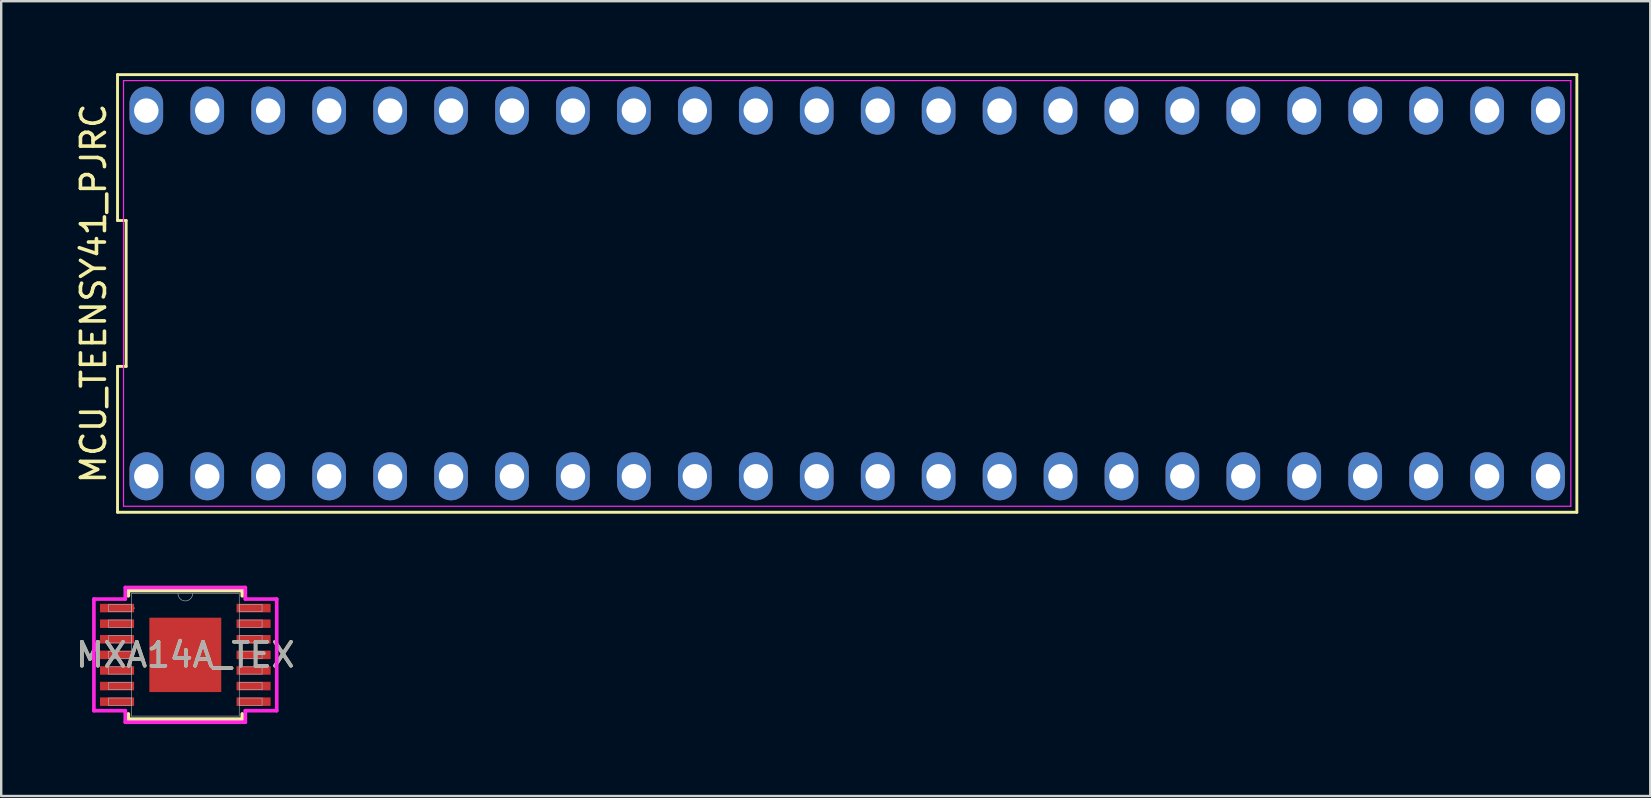
<source format=kicad_pcb>
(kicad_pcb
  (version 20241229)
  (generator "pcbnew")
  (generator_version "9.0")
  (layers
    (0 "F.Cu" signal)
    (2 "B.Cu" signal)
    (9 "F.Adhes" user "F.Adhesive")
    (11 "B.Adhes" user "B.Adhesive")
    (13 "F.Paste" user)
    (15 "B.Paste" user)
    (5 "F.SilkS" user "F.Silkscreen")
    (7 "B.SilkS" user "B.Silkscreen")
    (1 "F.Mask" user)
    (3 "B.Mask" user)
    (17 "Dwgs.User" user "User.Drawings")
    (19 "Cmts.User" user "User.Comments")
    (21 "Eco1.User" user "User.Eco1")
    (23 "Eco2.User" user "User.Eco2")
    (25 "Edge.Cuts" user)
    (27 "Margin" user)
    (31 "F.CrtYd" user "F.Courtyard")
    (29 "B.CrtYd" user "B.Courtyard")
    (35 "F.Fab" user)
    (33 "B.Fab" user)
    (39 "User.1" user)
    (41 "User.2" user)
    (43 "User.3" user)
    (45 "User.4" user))
  (footprint "MCU_TEENSY41_PJRC"
    (layer "F.Cu")
    (at 32.258 9.18)
    (property "Reference" "MCU_TEENSY41_PJRC" (at -31.41 0 90) (layer "F.SilkS") (effects (font (size 1 1) (thickness 0.15))))
    (fp_line (start -30.41 -9.12) (end -30.41 -3.04) (stroke (width 0.12) (type solid)) (layer "F.SilkS"))
    (fp_line (start -30.41 -3.04) (end -30.05 -3.04) (stroke (width 0.12) (type solid)) (layer "F.SilkS"))
    (fp_line (start -30.41 3.04) (end -30.41 9.12) (stroke (width 0.12) (type solid)) (layer "F.SilkS"))
    (fp_line (start -30.41 9.12) (end 30.41 9.12) (stroke (width 0.12) (type solid)) (layer "F.SilkS"))
    (fp_line (start -30.05 -3.04) (end -30.05 3.04) (stroke (width 0.12) (type solid)) (layer "F.SilkS"))
    (fp_line (start -30.05 3.04) (end -30.41 3.04) (stroke (width 0.12) (type solid)) (layer "F.SilkS"))
    (fp_line (start 30.41 -9.12) (end -30.41 -9.12) (stroke (width 0.12) (type solid)) (layer "F.SilkS"))
    (fp_line (start 30.41 9.12) (end 30.41 -9.12) (stroke (width 0.12) (type solid)) (layer "F.SilkS"))
    (fp_line (start -30.16 -8.87) (end 30.16 -8.87) (stroke (width 0.05) (type solid)) (layer "F.CrtYd"))
    (fp_line (start -30.16 8.87) (end -30.16 -8.87) (stroke (width 0.05) (type solid)) (layer "F.CrtYd"))
    (fp_line (start 30.16 -8.87) (end 30.16 8.87) (stroke (width 0.05) (type solid)) (layer "F.CrtYd"))
    (fp_line (start 30.16 8.87) (end -30.16 8.87) (stroke (width 0.05) (type solid)) (layer "F.CrtYd"))
    (pad "1" thru_hole oval (at -29.21 7.62) (size 1.4 2) (drill 1.02) (layers "*.Cu" "*.Mask"))
    (pad "2" thru_hole oval (at -26.67 7.62) (size 1.4 2) (drill 1.02) (layers "*.Cu" "*.Mask"))
    (pad "3" thru_hole oval (at -24.13 7.62) (size 1.4 2) (drill 1.02) (layers "*.Cu" "*.Mask"))
    (pad "4" thru_hole oval (at -21.59 7.62) (size 1.4 2) (drill 1.02) (layers "*.Cu" "*.Mask"))
    (pad "5" thru_hole oval (at -19.05 7.62) (size 1.4 2) (drill 1.02) (layers "*.Cu" "*.Mask"))
    (pad "6" thru_hole oval (at -16.51 7.62) (size 1.4 2) (drill 1.02) (layers "*.Cu" "*.Mask"))
    (pad "7" thru_hole oval (at -13.97 7.62) (size 1.4 2) (drill 1.02) (layers "*.Cu" "*.Mask"))
    (pad "8" thru_hole oval (at -11.43 7.62) (size 1.4 2) (drill 1.02) (layers "*.Cu" "*.Mask"))
    (pad "9" thru_hole oval (at -8.89 7.62) (size 1.4 2) (drill 1.02) (layers "*.Cu" "*.Mask"))
    (pad "10" thru_hole oval (at -6.35 7.62) (size 1.4 2) (drill 1.02) (layers "*.Cu" "*.Mask"))
    (pad "11" thru_hole oval (at -3.81 7.62) (size 1.4 2) (drill 1.02) (layers "*.Cu" "*.Mask"))
    (pad "12" thru_hole oval (at -1.27 7.62) (size 1.4 2) (drill 1.02) (layers "*.Cu" "*.Mask"))
    (pad "13" thru_hole oval (at 1.27 7.62) (size 1.4 2) (drill 1.02) (layers "*.Cu" "*.Mask"))
    (pad "14" thru_hole oval (at 3.81 7.62) (size 1.4 2) (drill 1.02) (layers "*.Cu" "*.Mask"))
    (pad "15" thru_hole oval (at 6.35 7.62) (size 1.4 2) (drill 1.02) (layers "*.Cu" "*.Mask"))
    (pad "16" thru_hole oval (at 8.89 7.62) (size 1.4 2) (drill 1.02) (layers "*.Cu" "*.Mask"))
    (pad "17" thru_hole oval (at 11.43 7.62) (size 1.4 2) (drill 1.02) (layers "*.Cu" "*.Mask"))
    (pad "18" thru_hole oval (at 13.97 7.62) (size 1.4 2) (drill 1.02) (layers "*.Cu" "*.Mask"))
    (pad "19" thru_hole oval (at 16.51 7.62) (size 1.4 2) (drill 1.02) (layers "*.Cu" "*.Mask"))
    (pad "20" thru_hole oval (at 19.05 7.62) (size 1.4 2) (drill 1.02) (layers "*.Cu" "*.Mask"))
    (pad "21" thru_hole oval (at 21.59 7.62) (size 1.4 2) (drill 1.02) (layers "*.Cu" "*.Mask"))
    (pad "22" thru_hole oval (at 24.13 7.62) (size 1.4 2) (drill 1.02) (layers "*.Cu" "*.Mask"))
    (pad "23" thru_hole oval (at 26.67 7.62) (size 1.4 2) (drill 1.02) (layers "*.Cu" "*.Mask"))
    (pad "24" thru_hole oval (at 29.21 7.62) (size 1.4 2) (drill 1.02) (layers "*.Cu" "*.Mask"))
    (pad "25" thru_hole oval (at 29.21 -7.62) (size 1.4 2) (drill 1.02) (layers "*.Cu" "*.Mask"))
    (pad "26" thru_hole oval (at 26.67 -7.62) (size 1.4 2) (drill 1.02) (layers "*.Cu" "*.Mask"))
    (pad "27" thru_hole oval (at 24.13 -7.62) (size 1.4 2) (drill 1.02) (layers "*.Cu" "*.Mask"))
    (pad "28" thru_hole oval (at 21.59 -7.62) (size 1.4 2) (drill 1.02) (layers "*.Cu" "*.Mask"))
    (pad "29" thru_hole oval (at 19.05 -7.62) (size 1.4 2) (drill 1.02) (layers "*.Cu" "*.Mask"))
    (pad "30" thru_hole oval (at 16.51 -7.62) (size 1.4 2) (drill 1.02) (layers "*.Cu" "*.Mask"))
    (pad "31" thru_hole oval (at 13.97 -7.62) (size 1.4 2) (drill 1.02) (layers "*.Cu" "*.Mask"))
    (pad "32" thru_hole oval (at 11.43 -7.62) (size 1.4 2) (drill 1.02) (layers "*.Cu" "*.Mask"))
    (pad "33" thru_hole oval (at 8.89 -7.62) (size 1.4 2) (drill 1.02) (layers "*.Cu" "*.Mask"))
    (pad "34" thru_hole oval (at 6.35 -7.62) (size 1.4 2) (drill 1.02) (layers "*.Cu" "*.Mask"))
    (pad "35" thru_hole oval (at 3.81 -7.62) (size 1.4 2) (drill 1.02) (layers "*.Cu" "*.Mask"))
    (pad "36" thru_hole oval (at 1.27 -7.62) (size 1.4 2) (drill 1.02) (layers "*.Cu" "*.Mask"))
    (pad "37" thru_hole oval (at -1.27 -7.62) (size 1.4 2) (drill 1.02) (layers "*.Cu" "*.Mask"))
    (pad "38" thru_hole oval (at -3.81 -7.62) (size 1.4 2) (drill 1.02) (layers "*.Cu" "*.Mask"))
    (pad "39" thru_hole oval (at -6.35 -7.62) (size 1.4 2) (drill 1.02) (layers "*.Cu" "*.Mask"))
    (pad "40" thru_hole oval (at -8.89 -7.62) (size 1.4 2) (drill 1.02) (layers "*.Cu" "*.Mask"))
    (pad "41" thru_hole oval (at -11.43 -7.62) (size 1.4 2) (drill 1.02) (layers "*.Cu" "*.Mask"))
    (pad "42" thru_hole oval (at -13.97 -7.62) (size 1.4 2) (drill 1.02) (layers "*.Cu" "*.Mask"))
    (pad "43" thru_hole oval (at -16.51 -7.62) (size 1.4 2) (drill 1.02) (layers "*.Cu" "*.Mask"))
    (pad "44" thru_hole oval (at -19.05 -7.62) (size 1.4 2) (drill 1.02) (layers "*.Cu" "*.Mask"))
    (pad "45" thru_hole oval (at -21.59 -7.62) (size 1.4 2) (drill 1.02) (layers "*.Cu" "*.Mask"))
    (pad "46" thru_hole oval (at -24.13 -7.62) (size 1.4 2) (drill 1.02) (layers "*.Cu" "*.Mask"))
    (pad "47" thru_hole oval (at -26.67 -7.62) (size 1.4 2) (drill 1.02) (layers "*.Cu" "*.Mask"))
    (pad "48" thru_hole oval (at -29.21 -7.62) (size 1.4 2) (drill 1.02) (layers "*.Cu" "*.Mask")))
  (footprint "MXA14A_TEX"
    (layer "F.Cu")
    (at 4.673 24.243)
    (property "Reference" "MXA14A_TEX" (at 0 0 0) (unlocked yes) (layer "F.SilkS") (effects (font (size 1 1) (thickness 0.15))))
    (attr smd)
    (fp_line (start -2.375 -2.68) (end -2.375 -2.461) (stroke (width 0.152) (type solid)) (layer "F.SilkS"))
    (fp_line (start -2.375 2.461) (end -2.375 2.68) (stroke (width 0.152) (type solid)) (layer "F.SilkS"))
    (fp_line (start -2.375 2.68) (end 2.375 2.68) (stroke (width 0.152) (type solid)) (layer "F.SilkS"))
    (fp_line (start 2.375 -2.68) (end -2.375 -2.68) (stroke (width 0.152) (type solid)) (layer "F.SilkS"))
    (fp_line (start 2.375 -2.461) (end 2.375 -2.68) (stroke (width 0.152) (type solid)) (layer "F.SilkS"))
    (fp_line (start 2.375 2.68) (end 2.375 2.461) (stroke (width 0.152) (type solid)) (layer "F.SilkS"))
    (fp_line (start -3.81 -2.326) (end -2.502 -2.326) (stroke (width 0.152) (type solid)) (layer "F.CrtYd"))
    (fp_line (start -3.81 2.326) (end -3.81 -2.326) (stroke (width 0.152) (type solid)) (layer "F.CrtYd"))
    (fp_line (start -3.81 2.326) (end -2.502 2.326) (stroke (width 0.152) (type solid)) (layer "F.CrtYd"))
    (fp_line (start -2.502 -2.807) (end 2.502 -2.807) (stroke (width 0.152) (type solid)) (layer "F.CrtYd"))
    (fp_line (start -2.502 -2.326) (end -2.502 -2.807) (stroke (width 0.152) (type solid)) (layer "F.CrtYd"))
    (fp_line (start -2.502 2.807) (end -2.502 2.326) (stroke (width 0.152) (type solid)) (layer "F.CrtYd"))
    (fp_line (start 2.502 -2.807) (end 2.502 -2.326) (stroke (width 0.152) (type solid)) (layer "F.CrtYd"))
    (fp_line (start 2.502 2.326) (end 2.502 2.807) (stroke (width 0.152) (type solid)) (layer "F.CrtYd"))
    (fp_line (start 2.502 2.807) (end -2.502 2.807) (stroke (width 0.152) (type solid)) (layer "F.CrtYd"))
    (fp_line (start 3.81 -2.326) (end 2.502 -2.326) (stroke (width 0.152) (type solid)) (layer "F.CrtYd"))
    (fp_line (start 3.81 -2.326) (end 3.81 2.326) (stroke (width 0.152) (type solid)) (layer "F.CrtYd"))
    (fp_line (start 3.81 2.326) (end 2.502 2.326) (stroke (width 0.152) (type solid)) (layer "F.CrtYd"))
    (fp_line (start -3.2 -2.102) (end -3.2 -1.798) (stroke (width 0.025) (type solid)) (layer "F.Fab"))
    (fp_line (start -3.2 -1.798) (end -2.248 -1.798) (stroke (width 0.025) (type solid)) (layer "F.Fab"))
    (fp_line (start -3.2 -1.452) (end -3.2 -1.148) (stroke (width 0.025) (type solid)) (layer "F.Fab"))
    (fp_line (start -3.2 -1.148) (end -2.248 -1.148) (stroke (width 0.025) (type solid)) (layer "F.Fab"))
    (fp_line (start -3.2 -0.802) (end -3.2 -0.498) (stroke (width 0.025) (type solid)) (layer "F.Fab"))
    (fp_line (start -3.2 -0.498) (end -2.248 -0.498) (stroke (width 0.025) (type solid)) (layer "F.Fab"))
    (fp_line (start -3.2 -0.152) (end -3.2 0.152) (stroke (width 0.025) (type solid)) (layer "F.Fab"))
    (fp_line (start -3.2 0.152) (end -2.248 0.152) (stroke (width 0.025) (type solid)) (layer "F.Fab"))
    (fp_line (start -3.2 0.498) (end -3.2 0.802) (stroke (width 0.025) (type solid)) (layer "F.Fab"))
    (fp_line (start -3.2 0.802) (end -2.248 0.802) (stroke (width 0.025) (type solid)) (layer "F.Fab"))
    (fp_line (start -3.2 1.148) (end -3.2 1.452) (stroke (width 0.025) (type solid)) (layer "F.Fab"))
    (fp_line (start -3.2 1.452) (end -2.248 1.452) (stroke (width 0.025) (type solid)) (layer "F.Fab"))
    (fp_line (start -3.2 1.798) (end -3.2 2.102) (stroke (width 0.025) (type solid)) (layer "F.Fab"))
    (fp_line (start -3.2 2.102) (end -2.248 2.102) (stroke (width 0.025) (type solid)) (layer "F.Fab"))
    (fp_line (start -2.248 -2.553) (end -2.248 2.553) (stroke (width 0.025) (type solid)) (layer "F.Fab"))
    (fp_line (start -2.248 -2.102) (end -3.2 -2.102) (stroke (width 0.025) (type solid)) (layer "F.Fab"))
    (fp_line (start -2.248 -1.798) (end -2.248 -2.102) (stroke (width 0.025) (type solid)) (layer "F.Fab"))
    (fp_line (start -2.248 -1.452) (end -3.2 -1.452) (stroke (width 0.025) (type solid)) (layer "F.Fab"))
    (fp_line (start -2.248 -1.148) (end -2.248 -1.452) (stroke (width 0.025) (type solid)) (layer "F.Fab"))
    (fp_line (start -2.248 -0.802) (end -3.2 -0.802) (stroke (width 0.025) (type solid)) (layer "F.Fab"))
    (fp_line (start -2.248 -0.498) (end -2.248 -0.802) (stroke (width 0.025) (type solid)) (layer "F.Fab"))
    (fp_line (start -2.248 -0.152) (end -3.2 -0.152) (stroke (width 0.025) (type solid)) (layer "F.Fab"))
    (fp_line (start -2.248 0.152) (end -2.248 -0.152) (stroke (width 0.025) (type solid)) (layer "F.Fab"))
    (fp_line (start -2.248 0.498) (end -3.2 0.498) (stroke (width 0.025) (type solid)) (layer "F.Fab"))
    (fp_line (start -2.248 0.802) (end -2.248 0.498) (stroke (width 0.025) (type solid)) (layer "F.Fab"))
    (fp_line (start -2.248 1.148) (end -3.2 1.148) (stroke (width 0.025) (type solid)) (layer "F.Fab"))
    (fp_line (start -2.248 1.452) (end -2.248 1.148) (stroke (width 0.025) (type solid)) (layer "F.Fab"))
    (fp_line (start -2.248 1.798) (end -3.2 1.798) (stroke (width 0.025) (type solid)) (layer "F.Fab"))
    (fp_line (start -2.248 2.102) (end -2.248 1.798) (stroke (width 0.025) (type solid)) (layer "F.Fab"))
    (fp_line (start -2.248 2.553) (end 2.248 2.553) (stroke (width 0.025) (type solid)) (layer "F.Fab"))
    (fp_line (start 2.248 -2.553) (end -2.248 -2.553) (stroke (width 0.025) (type solid)) (layer "F.Fab"))
    (fp_line (start 2.248 -2.102) (end 2.248 -1.798) (stroke (width 0.025) (type solid)) (layer "F.Fab"))
    (fp_line (start 2.248 -1.798) (end 3.2 -1.798) (stroke (width 0.025) (type solid)) (layer "F.Fab"))
    (fp_line (start 2.248 -1.452) (end 2.248 -1.148) (stroke (width 0.025) (type solid)) (layer "F.Fab"))
    (fp_line (start 2.248 -1.148) (end 3.2 -1.148) (stroke (width 0.025) (type solid)) (layer "F.Fab"))
    (fp_line (start 2.248 -0.802) (end 2.248 -0.498) (stroke (width 0.025) (type solid)) (layer "F.Fab"))
    (fp_line (start 2.248 -0.498) (end 3.2 -0.498) (stroke (width 0.025) (type solid)) (layer "F.Fab"))
    (fp_line (start 2.248 -0.152) (end 2.248 0.152) (stroke (width 0.025) (type solid)) (layer "F.Fab"))
    (fp_line (start 2.248 0.152) (end 3.2 0.152) (stroke (width 0.025) (type solid)) (layer "F.Fab"))
    (fp_line (start 2.248 0.498) (end 2.248 0.802) (stroke (width 0.025) (type solid)) (layer "F.Fab"))
    (fp_line (start 2.248 0.802) (end 3.2 0.802) (stroke (width 0.025) (type solid)) (layer "F.Fab"))
    (fp_line (start 2.248 1.148) (end 2.248 1.452) (stroke (width 0.025) (type solid)) (layer "F.Fab"))
    (fp_line (start 2.248 1.452) (end 3.2 1.452) (stroke (width 0.025) (type solid)) (layer "F.Fab"))
    (fp_line (start 2.248 1.798) (end 2.248 2.102) (stroke (width 0.025) (type solid)) (layer "F.Fab"))
    (fp_line (start 2.248 2.102) (end 3.2 2.102) (stroke (width 0.025) (type solid)) (layer "F.Fab"))
    (fp_line (start 2.248 2.553) (end 2.248 -2.553) (stroke (width 0.025) (type solid)) (layer "F.Fab"))
    (fp_line (start 3.2 -2.102) (end 2.248 -2.102) (stroke (width 0.025) (type solid)) (layer "F.Fab"))
    (fp_line (start 3.2 -1.798) (end 3.2 -2.102) (stroke (width 0.025) (type solid)) (layer "F.Fab"))
    (fp_line (start 3.2 -1.452) (end 2.248 -1.452) (stroke (width 0.025) (type solid)) (layer "F.Fab"))
    (fp_line (start 3.2 -1.148) (end 3.2 -1.452) (stroke (width 0.025) (type solid)) (layer "F.Fab"))
    (fp_line (start 3.2 -0.802) (end 2.248 -0.802) (stroke (width 0.025) (type solid)) (layer "F.Fab"))
    (fp_line (start 3.2 -0.498) (end 3.2 -0.802) (stroke (width 0.025) (type solid)) (layer "F.Fab"))
    (fp_line (start 3.2 -0.152) (end 2.248 -0.152) (stroke (width 0.025) (type solid)) (layer "F.Fab"))
    (fp_line (start 3.2 0.152) (end 3.2 -0.152) (stroke (width 0.025) (type solid)) (layer "F.Fab"))
    (fp_line (start 3.2 0.498) (end 2.248 0.498) (stroke (width 0.025) (type solid)) (layer "F.Fab"))
    (fp_line (start 3.2 0.802) (end 3.2 0.498) (stroke (width 0.025) (type solid)) (layer "F.Fab"))
    (fp_line (start 3.2 1.148) (end 2.248 1.148) (stroke (width 0.025) (type solid)) (layer "F.Fab"))
    (fp_line (start 3.2 1.452) (end 3.2 1.148) (stroke (width 0.025) (type solid)) (layer "F.Fab"))
    (fp_line (start 3.2 1.798) (end 2.248 1.798) (stroke (width 0.025) (type solid)) (layer "F.Fab"))
    (fp_line (start 3.2 2.102) (end 3.2 1.798) (stroke (width 0.025) (type solid)) (layer "F.Fab"))
    (fp_arc (start 0.3048 -2.5527) (mid 0 -2.2479) (end -0.3048 -2.5527) (stroke (width 0.0254) (type solid)) (layer "F.Fab"))
    (fp_circle (center -2.134 -1.95) (end -2.134 -1.95) (stroke (width 0.025) (type solid)) (fill no) (layer "F.Fab"))
    (fp_text user "${REFERENCE}" (at 0 0 0) (unlocked yes) (layer "F.Fab") (effects (font (size 1 1) (thickness 0.15))))
    (pad "1" smd rect (at -2.845 -1.95) (size 1.422 0.356) (layers "F.Cu" "F.Mask" "F.Paste"))
    (pad "2" smd rect (at -2.845 -1.3) (size 1.422 0.356) (layers "F.Cu" "F.Mask" "F.Paste"))
    (pad "3" smd rect (at -2.845 -0.65) (size 1.422 0.356) (layers "F.Cu" "F.Mask" "F.Paste"))
    (pad "4" smd rect (at -2.845 0) (size 1.422 0.356) (layers "F.Cu" "F.Mask" "F.Paste"))
    (pad "5" smd rect (at -2.845 0.65) (size 1.422 0.356) (layers "F.Cu" "F.Mask" "F.Paste"))
    (pad "6" smd rect (at -2.845 1.3) (size 1.422 0.356) (layers "F.Cu" "F.Mask" "F.Paste"))
    (pad "7" smd rect (at -2.845 1.95) (size 1.422 0.356) (layers "F.Cu" "F.Mask" "F.Paste"))
    (pad "8" smd rect (at 2.845 1.95) (size 1.422 0.356) (layers "F.Cu" "F.Mask" "F.Paste"))
    (pad "9" smd rect (at 2.845 1.3) (size 1.422 0.356) (layers "F.Cu" "F.Mask" "F.Paste"))
    (pad "10" smd rect (at 2.845 0.65) (size 1.422 0.356) (layers "F.Cu" "F.Mask" "F.Paste"))
    (pad "11" smd rect (at 2.845 0) (size 1.422 0.356) (layers "F.Cu" "F.Mask" "F.Paste"))
    (pad "12" smd rect (at 2.845 -0.65) (size 1.422 0.356) (layers "F.Cu" "F.Mask" "F.Paste"))
    (pad "13" smd rect (at 2.845 -1.3) (size 1.422 0.356) (layers "F.Cu" "F.Mask" "F.Paste"))
    (pad "14" smd rect (at 2.845 -1.95) (size 1.422 0.356) (layers "F.Cu" "F.Mask" "F.Paste"))
    (pad "15" smd rect (at 0 0) (size 2.997 3.099) (layers "F.Cu" "F.Mask" "F.Paste")))
  (gr_rect
    (start -3 -3)
    (end 65.728 30.126)
    (stroke (width 0.1) (type default))
    (fill no)
    (layer "Edge.Cuts")))
</source>
